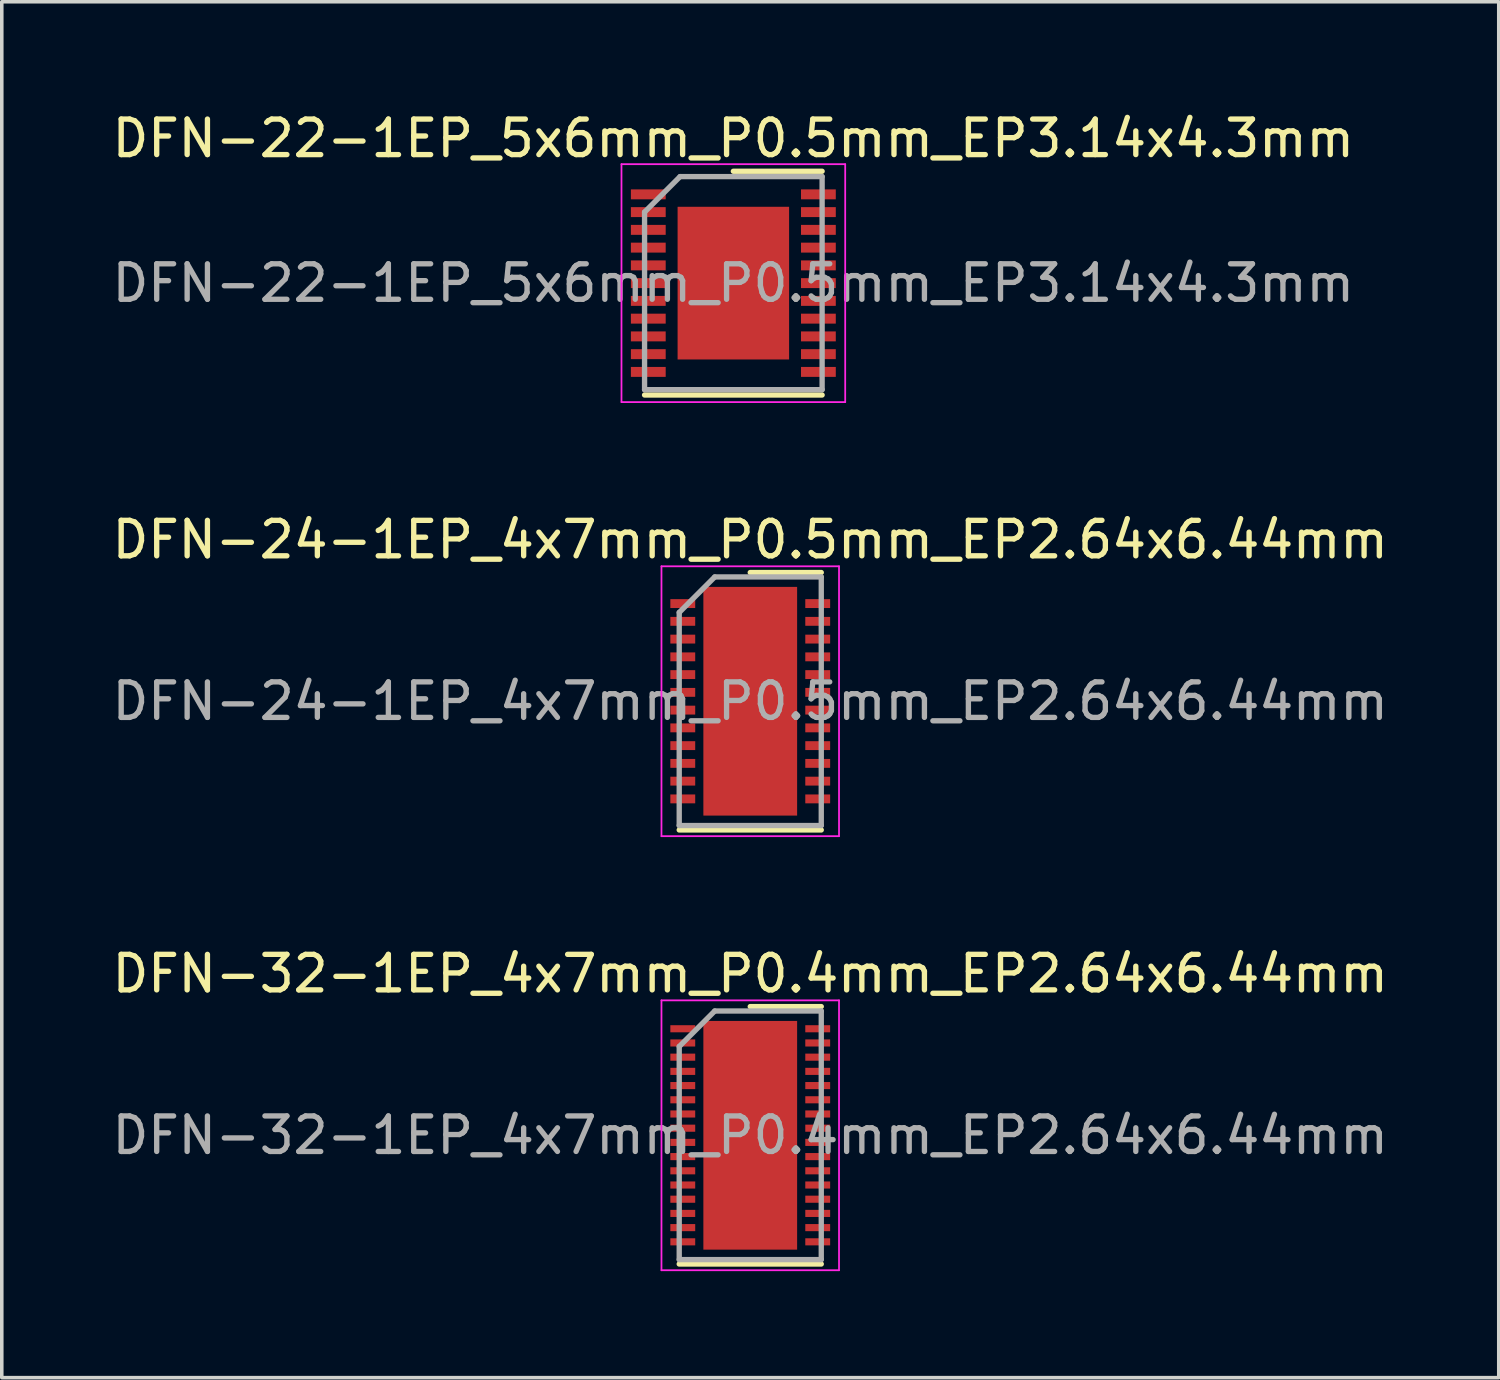
<source format=kicad_pcb>
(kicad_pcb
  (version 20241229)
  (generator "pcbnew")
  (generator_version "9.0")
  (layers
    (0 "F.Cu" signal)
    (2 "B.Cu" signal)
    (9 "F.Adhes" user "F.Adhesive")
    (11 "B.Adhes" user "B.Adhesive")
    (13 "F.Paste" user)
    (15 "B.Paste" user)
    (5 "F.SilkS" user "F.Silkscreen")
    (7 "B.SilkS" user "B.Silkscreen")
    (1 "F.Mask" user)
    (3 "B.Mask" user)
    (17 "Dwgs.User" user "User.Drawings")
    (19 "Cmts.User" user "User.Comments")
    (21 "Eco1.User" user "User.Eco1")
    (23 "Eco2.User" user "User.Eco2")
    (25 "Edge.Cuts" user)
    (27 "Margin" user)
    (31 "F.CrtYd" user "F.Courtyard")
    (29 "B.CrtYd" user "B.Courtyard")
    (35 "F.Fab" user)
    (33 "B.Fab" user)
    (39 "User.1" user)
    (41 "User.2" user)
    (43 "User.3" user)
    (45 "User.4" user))
  (footprint "DFN-32-1EP_4x7mm_P0.4mm_EP2.64x6.44mm"
    (layer "F.Cu")
    (at 18.077 28.92)
    (property "Reference" "DFN-32-1EP_4x7mm_P0.4mm_EP2.64x6.44mm" (at 0 -4.55 0) (layer "F.SilkS") (effects (font (size 1 1) (thickness 0.15))))
    (attr smd)
    (fp_line (start -2 3.625) (end 2 3.625) (stroke (width 0.15) (type solid)) (layer "F.SilkS"))
    (fp_line (start 0 -3.625) (end 2 -3.625) (stroke (width 0.15) (type solid)) (layer "F.SilkS"))
    (fp_line (start -2.5 -3.8) (end -2.5 3.8) (stroke (width 0.05) (type solid)) (layer "F.CrtYd"))
    (fp_line (start -2.5 -3.8) (end 2.5 -3.8) (stroke (width 0.05) (type solid)) (layer "F.CrtYd"))
    (fp_line (start -2.5 3.8) (end 2.5 3.8) (stroke (width 0.05) (type solid)) (layer "F.CrtYd"))
    (fp_line (start 2.5 -3.8) (end 2.5 3.8) (stroke (width 0.05) (type solid)) (layer "F.CrtYd"))
    (fp_line (start -2 -2.5) (end -1 -3.5) (stroke (width 0.15) (type solid)) (layer "F.Fab"))
    (fp_line (start -2 3.5) (end -2 -2.5) (stroke (width 0.15) (type solid)) (layer "F.Fab"))
    (fp_line (start -1 -3.5) (end 2 -3.5) (stroke (width 0.15) (type solid)) (layer "F.Fab"))
    (fp_line (start 2 -3.5) (end 2 3.5) (stroke (width 0.15) (type solid)) (layer "F.Fab"))
    (fp_line (start 2 3.5) (end -2 3.5) (stroke (width 0.15) (type solid)) (layer "F.Fab"))
    (fp_text user "${REFERENCE}" (at 0 0 0) (layer "F.Fab") (effects (font (size 1 1) (thickness 0.15))))
    (pad "" smd rect (at -0.66 -2.56) (size 1.05 1.05) (layers "F.Paste"))
    (pad "" smd rect (at -0.66 -1.28) (size 1.05 1.05) (layers "F.Paste"))
    (pad "" smd rect (at -0.66 0) (size 1.05 1.05) (layers "F.Paste"))
    (pad "" smd rect (at -0.66 1.28) (size 1.05 1.05) (layers "F.Paste"))
    (pad "" smd rect (at -0.66 2.56) (size 1.05 1.05) (layers "F.Paste"))
    (pad "" smd rect (at 0.66 -2.56) (size 1.05 1.05) (layers "F.Paste"))
    (pad "" smd rect (at 0.66 -1.28) (size 1.05 1.05) (layers "F.Paste"))
    (pad "" smd rect (at 0.66 0) (size 1.05 1.05) (layers "F.Paste"))
    (pad "" smd rect (at 0.66 1.28) (size 1.05 1.05) (layers "F.Paste"))
    (pad "" smd rect (at 0.66 2.56) (size 1.05 1.05) (layers "F.Paste"))
    (pad "1" smd rect (at -1.9 -3) (size 0.7 0.2) (layers "F.Cu" "F.Mask" "F.Paste"))
    (pad "2" smd rect (at -1.9 -2.6) (size 0.7 0.2) (layers "F.Cu" "F.Mask" "F.Paste"))
    (pad "3" smd rect (at -1.9 -2.2) (size 0.7 0.2) (layers "F.Cu" "F.Mask" "F.Paste"))
    (pad "4" smd rect (at -1.9 -1.8) (size 0.7 0.2) (layers "F.Cu" "F.Mask" "F.Paste"))
    (pad "5" smd rect (at -1.9 -1.4) (size 0.7 0.2) (layers "F.Cu" "F.Mask" "F.Paste"))
    (pad "6" smd rect (at -1.9 -1) (size 0.7 0.2) (layers "F.Cu" "F.Mask" "F.Paste"))
    (pad "7" smd rect (at -1.9 -0.6) (size 0.7 0.2) (layers "F.Cu" "F.Mask" "F.Paste"))
    (pad "8" smd rect (at -1.9 -0.2) (size 0.7 0.2) (layers "F.Cu" "F.Mask" "F.Paste"))
    (pad "9" smd rect (at -1.9 0.2) (size 0.7 0.2) (layers "F.Cu" "F.Mask" "F.Paste"))
    (pad "10" smd rect (at -1.9 0.6) (size 0.7 0.2) (layers "F.Cu" "F.Mask" "F.Paste"))
    (pad "11" smd rect (at -1.9 1) (size 0.7 0.2) (layers "F.Cu" "F.Mask" "F.Paste"))
    (pad "12" smd rect (at -1.9 1.4) (size 0.7 0.2) (layers "F.Cu" "F.Mask" "F.Paste"))
    (pad "13" smd rect (at -1.9 1.8) (size 0.7 0.2) (layers "F.Cu" "F.Mask" "F.Paste"))
    (pad "14" smd rect (at -1.9 2.2) (size 0.7 0.2) (layers "F.Cu" "F.Mask" "F.Paste"))
    (pad "15" smd rect (at -1.9 2.6) (size 0.7 0.2) (layers "F.Cu" "F.Mask" "F.Paste"))
    (pad "16" smd rect (at -1.9 3) (size 0.7 0.2) (layers "F.Cu" "F.Mask" "F.Paste"))
    (pad "17" smd rect (at 1.9 3) (size 0.7 0.2) (layers "F.Cu" "F.Mask" "F.Paste"))
    (pad "18" smd rect (at 1.9 2.6) (size 0.7 0.2) (layers "F.Cu" "F.Mask" "F.Paste"))
    (pad "19" smd rect (at 1.9 2.2) (size 0.7 0.2) (layers "F.Cu" "F.Mask" "F.Paste"))
    (pad "20" smd rect (at 1.9 1.8) (size 0.7 0.2) (layers "F.Cu" "F.Mask" "F.Paste"))
    (pad "21" smd rect (at 1.9 1.4) (size 0.7 0.2) (layers "F.Cu" "F.Mask" "F.Paste"))
    (pad "22" smd rect (at 1.9 1) (size 0.7 0.2) (layers "F.Cu" "F.Mask" "F.Paste"))
    (pad "23" smd rect (at 1.9 0.6) (size 0.7 0.2) (layers "F.Cu" "F.Mask" "F.Paste"))
    (pad "24" smd rect (at 1.9 0.2) (size 0.7 0.2) (layers "F.Cu" "F.Mask" "F.Paste"))
    (pad "25" smd rect (at 1.9 -0.2) (size 0.7 0.2) (layers "F.Cu" "F.Mask" "F.Paste"))
    (pad "26" smd rect (at 1.9 -0.6) (size 0.7 0.2) (layers "F.Cu" "F.Mask" "F.Paste"))
    (pad "27" smd rect (at 1.9 -1) (size 0.7 0.2) (layers "F.Cu" "F.Mask" "F.Paste"))
    (pad "28" smd rect (at 1.9 -1.4) (size 0.7 0.2) (layers "F.Cu" "F.Mask" "F.Paste"))
    (pad "29" smd rect (at 1.9 -1.8) (size 0.7 0.2) (layers "F.Cu" "F.Mask" "F.Paste"))
    (pad "30" smd rect (at 1.9 -2.2) (size 0.7 0.2) (layers "F.Cu" "F.Mask" "F.Paste"))
    (pad "31" smd rect (at 1.9 -2.6) (size 0.7 0.2) (layers "F.Cu" "F.Mask" "F.Paste"))
    (pad "32" smd rect (at 1.9 -3) (size 0.7 0.2) (layers "F.Cu" "F.Mask" "F.Paste"))
    (pad "33" smd rect (at 0 0) (size 2.64 6.44) (layers "F.Cu" "F.Mask")))
  (footprint "DFN-22-1EP_5x6mm_P0.5mm_EP3.14x4.3mm"
    (layer "F.Cu")
    (at 17.601 4.923)
    (property "Reference" "DFN-22-1EP_5x6mm_P0.5mm_EP3.14x4.3mm" (at 0 -4.075 0) (layer "F.SilkS") (effects (font (size 1 1) (thickness 0.15))))
    (attr smd)
    (fp_line (start -2.5 3.15) (end 2.5 3.15) (stroke (width 0.15) (type solid)) (layer "F.SilkS"))
    (fp_line (start 0 -3.15) (end 2.5 -3.15) (stroke (width 0.15) (type solid)) (layer "F.SilkS"))
    (fp_line (start -3.15 -3.35) (end -3.15 3.35) (stroke (width 0.05) (type solid)) (layer "F.CrtYd"))
    (fp_line (start -3.15 -3.35) (end 3.15 -3.35) (stroke (width 0.05) (type solid)) (layer "F.CrtYd"))
    (fp_line (start -3.15 3.35) (end 3.15 3.35) (stroke (width 0.05) (type solid)) (layer "F.CrtYd"))
    (fp_line (start 3.15 -3.35) (end 3.15 3.35) (stroke (width 0.05) (type solid)) (layer "F.CrtYd"))
    (fp_line (start -2.5 -2) (end -1.5 -3) (stroke (width 0.15) (type solid)) (layer "F.Fab"))
    (fp_line (start -2.5 3) (end -2.5 -2) (stroke (width 0.15) (type solid)) (layer "F.Fab"))
    (fp_line (start -1.5 -3) (end 2.5 -3) (stroke (width 0.15) (type solid)) (layer "F.Fab"))
    (fp_line (start 2.5 -3) (end 2.5 3) (stroke (width 0.15) (type solid)) (layer "F.Fab"))
    (fp_line (start 2.5 3) (end -2.5 3) (stroke (width 0.15) (type solid)) (layer "F.Fab"))
    (fp_text user "${REFERENCE}" (at 0 0 0) (layer "F.Fab") (effects (font (size 1 1) (thickness 0.15))))
    (pad "" smd rect (at -1.05 -1.613) (size 0.855 0.855) (layers "F.Paste"))
    (pad "" smd rect (at -1.05 -0.537) (size 0.855 0.855) (layers "F.Paste"))
    (pad "" smd rect (at -1.05 0.537) (size 0.855 0.855) (layers "F.Paste"))
    (pad "" smd rect (at -1.05 1.613) (size 0.855 0.855) (layers "F.Paste"))
    (pad "" smd rect (at 0 -1.613) (size 0.855 0.855) (layers "F.Paste"))
    (pad "" smd rect (at 0 -0.537) (size 0.855 0.855) (layers "F.Paste"))
    (pad "" smd rect (at 0 0.537) (size 0.855 0.855) (layers "F.Paste"))
    (pad "" smd rect (at 0 1.613) (size 0.855 0.855) (layers "F.Paste"))
    (pad "" smd rect (at 1.05 -1.613) (size 0.855 0.855) (layers "F.Paste"))
    (pad "" smd rect (at 1.05 -0.537) (size 0.855 0.855) (layers "F.Paste"))
    (pad "" smd rect (at 1.05 0.537) (size 0.855 0.855) (layers "F.Paste"))
    (pad "" smd rect (at 1.05 1.613) (size 0.855 0.855) (layers "F.Paste"))
    (pad "1" smd rect (at -2.395 -2.5) (size 0.98 0.28) (layers "F.Cu" "F.Mask" "F.Paste"))
    (pad "2" smd rect (at -2.395 -2) (size 0.98 0.28) (layers "F.Cu" "F.Mask" "F.Paste"))
    (pad "3" smd rect (at -2.395 -1.5) (size 0.98 0.28) (layers "F.Cu" "F.Mask" "F.Paste"))
    (pad "4" smd rect (at -2.395 -1) (size 0.98 0.28) (layers "F.Cu" "F.Mask" "F.Paste"))
    (pad "5" smd rect (at -2.395 -0.5) (size 0.98 0.28) (layers "F.Cu" "F.Mask" "F.Paste"))
    (pad "6" smd rect (at -2.395 0) (size 0.98 0.28) (layers "F.Cu" "F.Mask" "F.Paste"))
    (pad "7" smd rect (at -2.395 0.5) (size 0.98 0.28) (layers "F.Cu" "F.Mask" "F.Paste"))
    (pad "8" smd rect (at -2.395 1) (size 0.98 0.28) (layers "F.Cu" "F.Mask" "F.Paste"))
    (pad "9" smd rect (at -2.395 1.5) (size 0.98 0.28) (layers "F.Cu" "F.Mask" "F.Paste"))
    (pad "10" smd rect (at -2.395 2) (size 0.98 0.28) (layers "F.Cu" "F.Mask" "F.Paste"))
    (pad "11" smd rect (at -2.395 2.5) (size 0.98 0.28) (layers "F.Cu" "F.Mask" "F.Paste"))
    (pad "12" smd rect (at 2.395 2.5) (size 0.98 0.28) (layers "F.Cu" "F.Mask" "F.Paste"))
    (pad "13" smd rect (at 2.395 2) (size 0.98 0.28) (layers "F.Cu" "F.Mask" "F.Paste"))
    (pad "14" smd rect (at 2.395 1.5) (size 0.98 0.28) (layers "F.Cu" "F.Mask" "F.Paste"))
    (pad "15" smd rect (at 2.395 1) (size 0.98 0.28) (layers "F.Cu" "F.Mask" "F.Paste"))
    (pad "16" smd rect (at 2.395 0.5) (size 0.98 0.28) (layers "F.Cu" "F.Mask" "F.Paste"))
    (pad "17" smd rect (at 2.395 0) (size 0.98 0.28) (layers "F.Cu" "F.Mask" "F.Paste"))
    (pad "18" smd rect (at 2.395 -0.5) (size 0.98 0.28) (layers "F.Cu" "F.Mask" "F.Paste"))
    (pad "19" smd rect (at 2.395 -1) (size 0.98 0.28) (layers "F.Cu" "F.Mask" "F.Paste"))
    (pad "20" smd rect (at 2.395 -1.5) (size 0.98 0.28) (layers "F.Cu" "F.Mask" "F.Paste"))
    (pad "21" smd rect (at 2.395 -2) (size 0.98 0.28) (layers "F.Cu" "F.Mask" "F.Paste"))
    (pad "22" smd rect (at 2.395 -2.5) (size 0.98 0.28) (layers "F.Cu" "F.Mask" "F.Paste"))
    (pad "23" smd rect (at 0 0) (size 3.14 4.3) (layers "F.Cu" "F.Mask")))
  (footprint "DFN-24-1EP_4x7mm_P0.5mm_EP2.64x6.44mm"
    (layer "F.Cu")
    (at 18.077 16.697)
    (property "Reference" "DFN-24-1EP_4x7mm_P0.5mm_EP2.64x6.44mm" (at 0 -4.55 0) (layer "F.SilkS") (effects (font (size 1 1) (thickness 0.15))))
    (attr smd)
    (fp_line (start -2 3.625) (end 2 3.625) (stroke (width 0.15) (type solid)) (layer "F.SilkS"))
    (fp_line (start 0 -3.625) (end 2 -3.625) (stroke (width 0.15) (type solid)) (layer "F.SilkS"))
    (fp_line (start -2.5 -3.8) (end -2.5 3.8) (stroke (width 0.05) (type solid)) (layer "F.CrtYd"))
    (fp_line (start -2.5 -3.8) (end 2.5 -3.8) (stroke (width 0.05) (type solid)) (layer "F.CrtYd"))
    (fp_line (start -2.5 3.8) (end 2.5 3.8) (stroke (width 0.05) (type solid)) (layer "F.CrtYd"))
    (fp_line (start 2.5 -3.8) (end 2.5 3.8) (stroke (width 0.05) (type solid)) (layer "F.CrtYd"))
    (fp_line (start -2 -2.5) (end -1 -3.5) (stroke (width 0.15) (type solid)) (layer "F.Fab"))
    (fp_line (start -2 3.5) (end -2 -2.5) (stroke (width 0.15) (type solid)) (layer "F.Fab"))
    (fp_line (start -1 -3.5) (end 2 -3.5) (stroke (width 0.15) (type solid)) (layer "F.Fab"))
    (fp_line (start 2 -3.5) (end 2 3.5) (stroke (width 0.15) (type solid)) (layer "F.Fab"))
    (fp_line (start 2 3.5) (end -2 3.5) (stroke (width 0.15) (type solid)) (layer "F.Fab"))
    (fp_text user "${REFERENCE}" (at 0 0 0) (layer "F.Fab") (effects (font (size 1 1) (thickness 0.15))))
    (pad "" smd rect (at -0.66 -2.56) (size 1.05 1.05) (layers "F.Paste"))
    (pad "" smd rect (at -0.66 -1.28) (size 1.05 1.05) (layers "F.Paste"))
    (pad "" smd rect (at -0.66 0) (size 1.05 1.05) (layers "F.Paste"))
    (pad "" smd rect (at -0.66 1.28) (size 1.05 1.05) (layers "F.Paste"))
    (pad "" smd rect (at -0.66 2.56) (size 1.05 1.05) (layers "F.Paste"))
    (pad "" smd rect (at 0.66 -2.56) (size 1.05 1.05) (layers "F.Paste"))
    (pad "" smd rect (at 0.66 -1.28) (size 1.05 1.05) (layers "F.Paste"))
    (pad "" smd rect (at 0.66 0) (size 1.05 1.05) (layers "F.Paste"))
    (pad "" smd rect (at 0.66 1.28) (size 1.05 1.05) (layers "F.Paste"))
    (pad "" smd rect (at 0.66 2.56) (size 1.05 1.05) (layers "F.Paste"))
    (pad "1" smd rect (at -1.9 -2.75) (size 0.7 0.25) (layers "F.Cu" "F.Mask" "F.Paste"))
    (pad "2" smd rect (at -1.9 -2.25) (size 0.7 0.25) (layers "F.Cu" "F.Mask" "F.Paste"))
    (pad "3" smd rect (at -1.9 -1.75) (size 0.7 0.25) (layers "F.Cu" "F.Mask" "F.Paste"))
    (pad "4" smd rect (at -1.9 -1.25) (size 0.7 0.25) (layers "F.Cu" "F.Mask" "F.Paste"))
    (pad "5" smd rect (at -1.9 -0.75) (size 0.7 0.25) (layers "F.Cu" "F.Mask" "F.Paste"))
    (pad "6" smd rect (at -1.9 -0.25) (size 0.7 0.25) (layers "F.Cu" "F.Mask" "F.Paste"))
    (pad "7" smd rect (at -1.9 0.25) (size 0.7 0.25) (layers "F.Cu" "F.Mask" "F.Paste"))
    (pad "8" smd rect (at -1.9 0.75) (size 0.7 0.25) (layers "F.Cu" "F.Mask" "F.Paste"))
    (pad "9" smd rect (at -1.9 1.25) (size 0.7 0.25) (layers "F.Cu" "F.Mask" "F.Paste"))
    (pad "10" smd rect (at -1.9 1.75) (size 0.7 0.25) (layers "F.Cu" "F.Mask" "F.Paste"))
    (pad "11" smd rect (at -1.9 2.25) (size 0.7 0.25) (layers "F.Cu" "F.Mask" "F.Paste"))
    (pad "12" smd rect (at -1.9 2.75) (size 0.7 0.25) (layers "F.Cu" "F.Mask" "F.Paste"))
    (pad "13" smd rect (at 1.9 2.75) (size 0.7 0.25) (layers "F.Cu" "F.Mask" "F.Paste"))
    (pad "14" smd rect (at 1.9 2.25) (size 0.7 0.25) (layers "F.Cu" "F.Mask" "F.Paste"))
    (pad "15" smd rect (at 1.9 1.75) (size 0.7 0.25) (layers "F.Cu" "F.Mask" "F.Paste"))
    (pad "16" smd rect (at 1.9 1.25) (size 0.7 0.25) (layers "F.Cu" "F.Mask" "F.Paste"))
    (pad "17" smd rect (at 1.9 0.75) (size 0.7 0.25) (layers "F.Cu" "F.Mask" "F.Paste"))
    (pad "18" smd rect (at 1.9 0.25) (size 0.7 0.25) (layers "F.Cu" "F.Mask" "F.Paste"))
    (pad "19" smd rect (at 1.9 -0.25) (size 0.7 0.25) (layers "F.Cu" "F.Mask" "F.Paste"))
    (pad "20" smd rect (at 1.9 -0.75) (size 0.7 0.25) (layers "F.Cu" "F.Mask" "F.Paste"))
    (pad "21" smd rect (at 1.9 -1.25) (size 0.7 0.25) (layers "F.Cu" "F.Mask" "F.Paste"))
    (pad "22" smd rect (at 1.9 -1.75) (size 0.7 0.25) (layers "F.Cu" "F.Mask" "F.Paste"))
    (pad "23" smd rect (at 1.9 -2.25) (size 0.7 0.25) (layers "F.Cu" "F.Mask" "F.Paste"))
    (pad "24" smd rect (at 1.9 -2.75) (size 0.7 0.25) (layers "F.Cu" "F.Mask" "F.Paste"))
    (pad "25" smd rect (at 0 0) (size 2.64 6.44) (layers "F.Cu" "F.Mask")))
  (gr_rect
    (start -3 -3)
    (end 39.155 35.745)
    (stroke (width 0.1) (type default))
    (fill no)
    (layer "Edge.Cuts")))
</source>
